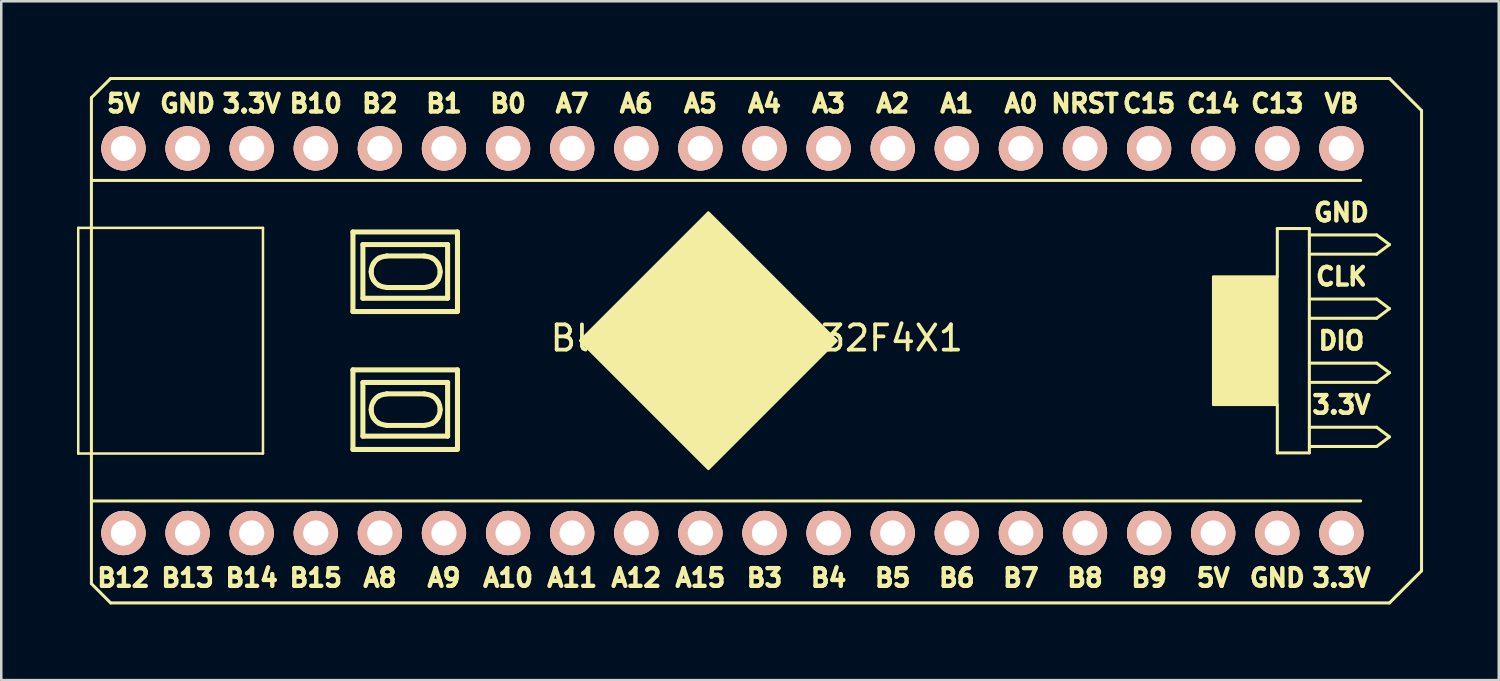
<source format=kicad_pcb>
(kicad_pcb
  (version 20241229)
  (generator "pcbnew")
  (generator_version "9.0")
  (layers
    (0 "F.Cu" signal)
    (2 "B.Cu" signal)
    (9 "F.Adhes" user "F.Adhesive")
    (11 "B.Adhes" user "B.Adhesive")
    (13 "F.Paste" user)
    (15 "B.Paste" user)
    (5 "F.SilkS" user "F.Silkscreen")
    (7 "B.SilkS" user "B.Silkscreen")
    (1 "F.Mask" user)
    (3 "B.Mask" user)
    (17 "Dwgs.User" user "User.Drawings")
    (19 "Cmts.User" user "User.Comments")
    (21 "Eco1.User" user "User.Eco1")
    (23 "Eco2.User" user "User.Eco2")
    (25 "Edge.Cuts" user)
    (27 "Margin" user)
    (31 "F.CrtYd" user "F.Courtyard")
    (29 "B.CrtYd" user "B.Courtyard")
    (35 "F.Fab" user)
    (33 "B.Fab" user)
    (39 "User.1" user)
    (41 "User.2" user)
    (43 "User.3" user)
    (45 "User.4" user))
  (footprint "BlackPill-STM32F4X1"
    (layer "F.Cu")
    (at 27.242 10.45)
    (property "Reference" "BlackPill-STM32F4X1" (at -0.305 -0.102 180) (layer "F.SilkS") (effects (font (size 1 1) (thickness 0.15))))
    (attr through_hole)
    (fp_line (start -27.192 4.47) (end -27.192 -4.47) (stroke (width 0.1) (type solid)) (layer "F.SilkS"))
    (fp_line (start -26.67 -9.628) (end -26.67 9.628) (stroke (width 0.12) (type solid)) (layer "F.SilkS"))
    (fp_line (start -26.67 9.628) (end -25.908 10.39) (stroke (width 0.12) (type solid)) (layer "F.SilkS"))
    (fp_line (start -25.908 -10.39) (end -26.67 -9.628) (stroke (width 0.12) (type solid)) (layer "F.SilkS"))
    (fp_line (start -25.908 -10.39) (end 24.765 -10.39) (stroke (width 0.12) (type solid)) (layer "F.SilkS"))
    (fp_line (start -25.908 10.39) (end 24.765 10.39) (stroke (width 0.12) (type solid)) (layer "F.SilkS"))
    (fp_line (start -19.872 -4.47) (end -27.192 -4.47) (stroke (width 0.1) (type solid)) (layer "F.SilkS"))
    (fp_line (start -19.872 -4.47) (end -19.872 4.47) (stroke (width 0.1) (type solid)) (layer "F.SilkS"))
    (fp_line (start -19.872 4.47) (end -27.192 4.47) (stroke (width 0.1) (type solid)) (layer "F.SilkS"))
    (fp_line (start -16.307 -4.309) (end -12.165 -4.309) (stroke (width 0.2) (type solid)) (layer "F.SilkS"))
    (fp_line (start -16.307 -1.155) (end -16.307 -4.309) (stroke (width 0.2) (type solid)) (layer "F.SilkS"))
    (fp_line (start -16.307 -1.155) (end -12.165 -1.155) (stroke (width 0.2) (type solid)) (layer "F.SilkS"))
    (fp_line (start -16.307 1.155) (end -12.165 1.155) (stroke (width 0.2) (type solid)) (layer "F.SilkS"))
    (fp_line (start -16.307 4.309) (end -16.307 1.155) (stroke (width 0.2) (type solid)) (layer "F.SilkS"))
    (fp_line (start -16.307 4.309) (end -12.165 4.309) (stroke (width 0.2) (type solid)) (layer "F.SilkS"))
    (fp_line (start -15.912 -3.809) (end -12.556 -3.809) (stroke (width 0.2) (type solid)) (layer "F.SilkS"))
    (fp_line (start -15.912 -1.681) (end -15.912 -3.809) (stroke (width 0.2) (type solid)) (layer "F.SilkS"))
    (fp_line (start -15.912 -1.681) (end -12.556 -1.681) (stroke (width 0.2) (type solid)) (layer "F.SilkS"))
    (fp_line (start -15.912 1.654) (end -12.556 1.654) (stroke (width 0.2) (type solid)) (layer "F.SilkS"))
    (fp_line (start -15.912 3.782) (end -15.912 1.654) (stroke (width 0.2) (type solid)) (layer "F.SilkS"))
    (fp_line (start -15.912 3.782) (end -12.556 3.782) (stroke (width 0.2) (type solid)) (layer "F.SilkS"))
    (fp_line (start -14.958 -3.358) (end -13.479 -3.358) (stroke (width 0.2) (type solid)) (layer "F.SilkS"))
    (fp_line (start -14.958 -2.106) (end -13.479 -2.106) (stroke (width 0.2) (type solid)) (layer "F.SilkS"))
    (fp_line (start -14.958 2.105) (end -13.479 2.105) (stroke (width 0.2) (type solid)) (layer "F.SilkS"))
    (fp_line (start -14.958 3.357) (end -13.479 3.357) (stroke (width 0.2) (type solid)) (layer "F.SilkS"))
    (fp_line (start -12.556 -1.681) (end -12.556 -3.809) (stroke (width 0.2) (type solid)) (layer "F.SilkS"))
    (fp_line (start -12.556 3.782) (end -12.556 1.654) (stroke (width 0.2) (type solid)) (layer "F.SilkS"))
    (fp_line (start -12.165 -1.18) (end -12.165 -4.309) (stroke (width 0.2) (type solid)) (layer "F.SilkS"))
    (fp_line (start -12.165 4.283) (end -12.165 1.155) (stroke (width 0.2) (type solid)) (layer "F.SilkS"))
    (fp_line (start 20.32 -4.445) (end 21.59 -4.445) (stroke (width 0.12) (type solid)) (layer "F.SilkS"))
    (fp_line (start 20.32 -2.54) (end 20.32 -4.445) (stroke (width 0.12) (type solid)) (layer "F.SilkS"))
    (fp_line (start 20.32 4.445) (end 20.32 2.54) (stroke (width 0.12) (type solid)) (layer "F.SilkS"))
    (fp_line (start 21.59 -4.445) (end 21.59 4.445) (stroke (width 0.12) (type solid)) (layer "F.SilkS"))
    (fp_line (start 21.59 -4.191) (end 24.257 -4.191) (stroke (width 0.12) (type solid)) (layer "F.SilkS"))
    (fp_line (start 21.59 -3.429) (end 24.257 -3.429) (stroke (width 0.12) (type solid)) (layer "F.SilkS"))
    (fp_line (start 21.59 -1.651) (end 24.257 -1.651) (stroke (width 0.12) (type solid)) (layer "F.SilkS"))
    (fp_line (start 21.59 -0.889) (end 24.257 -0.889) (stroke (width 0.12) (type solid)) (layer "F.SilkS"))
    (fp_line (start 21.59 0.889) (end 24.257 0.889) (stroke (width 0.12) (type solid)) (layer "F.SilkS"))
    (fp_line (start 21.59 1.651) (end 24.257 1.651) (stroke (width 0.12) (type solid)) (layer "F.SilkS"))
    (fp_line (start 21.59 3.429) (end 24.257 3.429) (stroke (width 0.12) (type solid)) (layer "F.SilkS"))
    (fp_line (start 21.59 4.191) (end 24.257 4.191) (stroke (width 0.12) (type solid)) (layer "F.SilkS"))
    (fp_line (start 21.59 4.445) (end 20.32 4.445) (stroke (width 0.12) (type solid)) (layer "F.SilkS"))
    (fp_line (start 23.622 -6.35) (end -26.67 -6.35) (stroke (width 0.12) (type solid)) (layer "F.SilkS"))
    (fp_line (start 23.622 6.35) (end -26.67 6.35) (stroke (width 0.12) (type solid)) (layer "F.SilkS"))
    (fp_line (start 24.257 -3.429) (end 24.765 -3.81) (stroke (width 0.12) (type solid)) (layer "F.SilkS"))
    (fp_line (start 24.257 -0.889) (end 24.765 -1.27) (stroke (width 0.12) (type solid)) (layer "F.SilkS"))
    (fp_line (start 24.257 1.651) (end 24.765 1.27) (stroke (width 0.12) (type solid)) (layer "F.SilkS"))
    (fp_line (start 24.257 4.191) (end 24.765 3.81) (stroke (width 0.12) (type solid)) (layer "F.SilkS"))
    (fp_line (start 24.765 -3.81) (end 24.257 -4.191) (stroke (width 0.12) (type solid)) (layer "F.SilkS"))
    (fp_line (start 24.765 -1.27) (end 24.257 -1.651) (stroke (width 0.12) (type solid)) (layer "F.SilkS"))
    (fp_line (start 24.765 1.27) (end 24.257 0.889) (stroke (width 0.12) (type solid)) (layer "F.SilkS"))
    (fp_line (start 24.765 3.81) (end 24.257 3.429) (stroke (width 0.12) (type solid)) (layer "F.SilkS"))
    (fp_line (start 24.765 10.39) (end 26.035 9.12) (stroke (width 0.12) (type solid)) (layer "F.SilkS"))
    (fp_line (start 26.035 -9.12) (end 24.765 -10.39) (stroke (width 0.12) (type solid)) (layer "F.SilkS"))
    (fp_line (start 26.035 -9.12) (end 26.035 9.12) (stroke (width 0.12) (type solid)) (layer "F.SilkS"))
    (fp_poly (pts (xy 2.857 0) (xy -2.223 5.08) (xy -7.303 0) (xy -2.223 -5.08)) (stroke (width 0.1) (type solid)) (fill yes) (layer "F.SilkS"))
    (fp_poly (pts (xy 20.32 2.54) (xy 17.78 2.54) (xy 17.78 -2.54) (xy 20.32 -2.54)) (stroke (width 0.1) (type solid)) (fill yes) (layer "F.SilkS"))
    (fp_curve (pts (xy -15.584 -2.733) (xy -15.584 -2.842) (xy -15.554 -2.952) (xy -15.499 -3.049)) (stroke (width 0.2) (type solid)) (layer "F.SilkS"))
    (fp_curve (pts (xy -15.584 2.731) (xy -15.584 2.621) (xy -15.554 2.511) (xy -15.499 2.415)) (stroke (width 0.2) (type solid)) (layer "F.SilkS"))
    (fp_curve (pts (xy -15.499 2.415) (xy -15.445 2.321) (xy -15.367 2.24) (xy -15.274 2.19)) (stroke (width 0.2) (type solid)) (layer "F.SilkS"))
    (fp_curve (pts (xy -15.499 3.047) (xy -15.554 2.95) (xy -15.584 2.84) (xy -15.584 2.731)) (stroke (width 0.2) (type solid)) (layer "F.SilkS"))
    (fp_curve (pts (xy -15.499 -3.049) (xy -15.445 -3.142) (xy -15.367 -3.224) (xy -15.274 -3.273)) (stroke (width 0.2) (type solid)) (layer "F.SilkS"))
    (fp_curve (pts (xy -15.499 -2.417) (xy -15.554 -2.513) (xy -15.584 -2.623) (xy -15.584 -2.733)) (stroke (width 0.2) (type solid)) (layer "F.SilkS"))
    (fp_curve (pts (xy -15.274 3.271) (xy -15.367 3.222) (xy -15.445 3.14) (xy -15.499 3.047)) (stroke (width 0.2) (type solid)) (layer "F.SilkS"))
    (fp_curve (pts (xy -15.274 -3.273) (xy -15.179 -3.324) (xy -15.068 -3.341) (xy -14.958 -3.359)) (stroke (width 0.2) (type solid)) (layer "F.SilkS"))
    (fp_curve (pts (xy -15.274 -2.192) (xy -15.367 -2.242) (xy -15.445 -2.323) (xy -15.499 -2.417)) (stroke (width 0.2) (type solid)) (layer "F.SilkS"))
    (fp_curve (pts (xy -15.274 2.19) (xy -15.179 2.139) (xy -15.068 2.122) (xy -14.958 2.105)) (stroke (width 0.2) (type solid)) (layer "F.SilkS"))
    (fp_curve (pts (xy -14.958 -2.107) (xy -15.068 -2.124) (xy -15.179 -2.141) (xy -15.274 -2.192)) (stroke (width 0.2) (type solid)) (layer "F.SilkS"))
    (fp_curve (pts (xy -14.958 3.357) (xy -15.068 3.339) (xy -15.179 3.322) (xy -15.274 3.271)) (stroke (width 0.2) (type solid)) (layer "F.SilkS"))
    (fp_curve (pts (xy -13.479 -3.358) (xy -13.368 -3.341) (xy -13.258 -3.324) (xy -13.163 -3.273)) (stroke (width 0.2) (type solid)) (layer "F.SilkS"))
    (fp_curve (pts (xy -13.479 2.105) (xy -13.368 2.122) (xy -13.258 2.139) (xy -13.163 2.19)) (stroke (width 0.2) (type solid)) (layer "F.SilkS"))
    (fp_curve (pts (xy -13.163 -2.192) (xy -13.258 -2.141) (xy -13.368 -2.124) (xy -13.479 -2.106)) (stroke (width 0.2) (type solid)) (layer "F.SilkS"))
    (fp_curve (pts (xy -13.163 2.19) (xy -13.07 2.24) (xy -12.992 2.321) (xy -12.938 2.415)) (stroke (width 0.2) (type solid)) (layer "F.SilkS"))
    (fp_curve (pts (xy -13.163 3.271) (xy -13.258 3.322) (xy -13.368 3.34) (xy -13.479 3.357)) (stroke (width 0.2) (type solid)) (layer "F.SilkS"))
    (fp_curve (pts (xy -13.163 -3.273) (xy -13.07 -3.223) (xy -12.992 -3.142) (xy -12.938 -3.048)) (stroke (width 0.2) (type solid)) (layer "F.SilkS"))
    (fp_curve (pts (xy -12.938 -3.048) (xy -12.883 -2.952) (xy -12.853 -2.842) (xy -12.853 -2.732)) (stroke (width 0.2) (type solid)) (layer "F.SilkS"))
    (fp_curve (pts (xy -12.938 -2.416) (xy -12.992 -2.323) (xy -13.07 -2.241) (xy -13.163 -2.192)) (stroke (width 0.2) (type solid)) (layer "F.SilkS"))
    (fp_curve (pts (xy -12.938 2.415) (xy -12.883 2.511) (xy -12.853 2.621) (xy -12.853 2.731)) (stroke (width 0.2) (type solid)) (layer "F.SilkS"))
    (fp_curve (pts (xy -12.938 3.047) (xy -12.992 3.14) (xy -13.07 3.222) (xy -13.163 3.271)) (stroke (width 0.2) (type solid)) (layer "F.SilkS"))
    (fp_curve (pts (xy -12.853 -2.732) (xy -12.853 -2.623) (xy -12.883 -2.513) (xy -12.938 -2.416)) (stroke (width 0.2) (type solid)) (layer "F.SilkS"))
    (fp_curve (pts (xy -12.853 2.731) (xy -12.853 2.841) (xy -12.883 2.95) (xy -12.938 3.047)) (stroke (width 0.2) (type solid)) (layer "F.SilkS"))
    (fp_text user "B8" (at 12.7 9.398 0) (layer "F.SilkS") (effects (font (size 0.7 0.7) (thickness 0.175))))
    (fp_text user "A15" (at -2.54 9.398 0) (layer "F.SilkS") (effects (font (size 0.7 0.7) (thickness 0.175))))
    (fp_text user "A11" (at -7.62 9.398 0) (layer "F.SilkS") (effects (font (size 0.7 0.7) (thickness 0.175))))
    (fp_text user "3.3V" (at -20.32 -9.398 0) (layer "F.SilkS") (effects (font (size 0.7 0.7) (thickness 0.175))))
    (fp_text user "3.3V" (at 22.86 9.398 0) (layer "F.SilkS") (effects (font (size 0.7 0.7) (thickness 0.175))))
    (fp_text user "DIO" (at 22.86 0 0) (layer "F.SilkS") (effects (font (size 0.7 0.7) (thickness 0.175))))
    (fp_text user "A12" (at -5.08 9.398 0) (layer "F.SilkS") (effects (font (size 0.7 0.7) (thickness 0.175))))
    (fp_text user "C15" (at 15.24 -9.398 0) (layer "F.SilkS") (effects (font (size 0.7 0.7) (thickness 0.175))))
    (fp_text user "A2" (at 5.08 -9.398 0) (layer "F.SilkS") (effects (font (size 0.7 0.7) (thickness 0.175))))
    (fp_text user "B10" (at -17.78 -9.398 0) (layer "F.SilkS") (effects (font (size 0.7 0.7) (thickness 0.175))))
    (fp_text user "C14" (at 17.78 -9.398 0) (layer "F.SilkS") (effects (font (size 0.7 0.7) (thickness 0.175))))
    (fp_text user "5V" (at 17.78 9.398 0) (layer "F.SilkS") (effects (font (size 0.7 0.7) (thickness 0.175))))
    (fp_text user "B13" (at -22.86 9.398 0) (layer "F.SilkS") (effects (font (size 0.7 0.7) (thickness 0.175))))
    (fp_text user "VB" (at 22.86 -9.398 0) (layer "F.SilkS") (effects (font (size 0.7 0.7) (thickness 0.175))))
    (fp_text user "B7" (at 10.16 9.398 0) (layer "F.SilkS") (effects (font (size 0.7 0.7) (thickness 0.175))))
    (fp_text user "B6" (at 7.62 9.398 0) (layer "F.SilkS") (effects (font (size 0.7 0.7) (thickness 0.175))))
    (fp_text user "A5" (at -2.54 -9.398 0) (layer "F.SilkS") (effects (font (size 0.7 0.7) (thickness 0.175))))
    (fp_text user "NRST" (at 12.7 -9.398 0) (layer "F.SilkS") (effects (font (size 0.7 0.7) (thickness 0.175))))
    (fp_text user "B14" (at -20.32 9.398 0) (layer "F.SilkS") (effects (font (size 0.7 0.7) (thickness 0.175))))
    (fp_text user "A0" (at 10.16 -9.398 0) (layer "F.SilkS") (effects (font (size 0.7 0.7) (thickness 0.175))))
    (fp_text user "A4" (at 0 -9.398 0) (layer "F.SilkS") (effects (font (size 0.7 0.7) (thickness 0.175))))
    (fp_text user "B0" (at -10.16 -9.398 0) (layer "F.SilkS") (effects (font (size 0.7 0.7) (thickness 0.175))))
    (fp_text user "A1" (at 7.62 -9.398 0) (layer "F.SilkS") (effects (font (size 0.7 0.7) (thickness 0.175))))
    (fp_text user "B3" (at 0 9.398 0) (layer "F.SilkS") (effects (font (size 0.7 0.7) (thickness 0.175))))
    (fp_text user "A9" (at -12.7 9.398 0) (layer "F.SilkS") (effects (font (size 0.7 0.7) (thickness 0.175))))
    (fp_text user "CLK" (at 22.86 -2.54 0) (layer "F.SilkS") (effects (font (size 0.7 0.7) (thickness 0.175))))
    (fp_text user "B5" (at 5.08 9.398 0) (layer "F.SilkS") (effects (font (size 0.7 0.7) (thickness 0.175))))
    (fp_text user "5V" (at -25.4 -9.398 0) (layer "F.SilkS") (effects (font (size 0.7 0.7) (thickness 0.175))))
    (fp_text user "B9" (at 15.24 9.398 0) (layer "F.SilkS") (effects (font (size 0.7 0.7) (thickness 0.175))))
    (fp_text user "C13" (at 20.32 -9.398 0) (layer "F.SilkS") (effects (font (size 0.7 0.7) (thickness 0.175))))
    (fp_text user "B1" (at -12.7 -9.398 0) (layer "F.SilkS") (effects (font (size 0.7 0.7) (thickness 0.175))))
    (fp_text user "3.3V" (at 22.86 2.54 0) (layer "F.SilkS") (effects (font (size 0.7 0.7) (thickness 0.175))))
    (fp_text user "A8" (at -15.24 9.398 0) (layer "F.SilkS") (effects (font (size 0.7 0.7) (thickness 0.175))))
    (fp_text user "B15" (at -17.78 9.398 0) (layer "F.SilkS") (effects (font (size 0.7 0.7) (thickness 0.175))))
    (fp_text user "GND" (at -22.86 -9.398 0) (layer "F.SilkS") (effects (font (size 0.7 0.7) (thickness 0.175))))
    (fp_text user "A3" (at 2.54 -9.398 0) (layer "F.SilkS") (effects (font (size 0.7 0.7) (thickness 0.175))))
    (fp_text user "A7" (at -7.62 -9.398 0) (layer "F.SilkS") (effects (font (size 0.7 0.7) (thickness 0.175))))
    (fp_text user "A6" (at -5.08 -9.398 0) (layer "F.SilkS") (effects (font (size 0.7 0.7) (thickness 0.175))))
    (fp_text user "GND" (at 20.32 9.398 0) (layer "F.SilkS") (effects (font (size 0.7 0.7) (thickness 0.175))))
    (fp_text user "B4" (at 2.54 9.398 0) (layer "F.SilkS") (effects (font (size 0.7 0.7) (thickness 0.175))))
    (fp_text user "B12" (at -25.4 9.398 0) (layer "F.SilkS") (effects (font (size 0.7 0.7) (thickness 0.175))))
    (fp_text user "A10" (at -10.16 9.398 0) (layer "F.SilkS") (effects (font (size 0.7 0.7) (thickness 0.175))))
    (fp_text user "B2" (at -15.24 -9.398 0) (layer "F.SilkS") (effects (font (size 0.7 0.7) (thickness 0.175))))
    (fp_text user "GND" (at 22.86 -5.08 0) (layer "F.SilkS") (effects (font (size 0.7 0.7) (thickness 0.175))))
    (pad "3.3" thru_hole circle (at -20.32 -7.62) (size 1.753 1.753) (drill 1) (layers "*.Cu" "*.SilkS" "*.Mask"))
    (pad "3.3" thru_hole circle (at 22.86 7.62) (size 1.753 1.753) (drill 1) (layers "*.Cu" "*.SilkS" "*.Mask"))
    (pad "5V" thru_hole circle (at -25.4 -7.62 180) (size 1.753 1.753) (drill 1) (layers "*.Cu" "*.SilkS" "*.Mask"))
    (pad "5V" thru_hole circle (at 17.78 7.62) (size 1.753 1.753) (drill 1) (layers "*.Cu" "*.SilkS" "*.Mask"))
    (pad "A0" thru_hole circle (at 10.16 -7.62) (size 1.753 1.753) (drill 1) (layers "*.Cu" "*.SilkS" "*.Mask"))
    (pad "A1" thru_hole circle (at 7.62 -7.62) (size 1.753 1.753) (drill 1) (layers "*.Cu" "*.SilkS" "*.Mask"))
    (pad "A2" thru_hole circle (at 5.08 -7.62) (size 1.753 1.753) (drill 1) (layers "*.Cu" "*.SilkS" "*.Mask"))
    (pad "A3" thru_hole circle (at 2.54 -7.62) (size 1.753 1.753) (drill 1) (layers "*.Cu" "*.SilkS" "*.Mask"))
    (pad "A4" thru_hole circle (at 0 -7.62) (size 1.753 1.753) (drill 1) (layers "*.Cu" "*.SilkS" "*.Mask"))
    (pad "A5" thru_hole circle (at -2.54 -7.62) (size 1.753 1.753) (drill 1) (layers "*.Cu" "*.SilkS" "*.Mask"))
    (pad "A6" thru_hole circle (at -5.08 -7.62) (size 1.753 1.753) (drill 1) (layers "*.Cu" "*.SilkS" "*.Mask"))
    (pad "A7" thru_hole circle (at -7.62 -7.62) (size 1.753 1.753) (drill 1) (layers "*.Cu" "*.SilkS" "*.Mask"))
    (pad "A8" thru_hole circle (at -15.24 7.62) (size 1.753 1.753) (drill 1) (layers "*.Cu" "*.SilkS" "*.Mask"))
    (pad "A9" thru_hole circle (at -12.7 7.62) (size 1.753 1.753) (drill 1) (layers "*.Cu" "*.SilkS" "*.Mask"))
    (pad "A10" thru_hole circle (at -10.16 7.62 180) (size 1.753 1.753) (drill 1) (layers "*.Cu" "*.SilkS" "*.Mask"))
    (pad "A11" thru_hole circle (at -7.62 7.62 180) (size 1.753 1.753) (drill 1) (layers "*.Cu" "*.SilkS" "*.Mask"))
    (pad "A12" thru_hole circle (at -5.08 7.62) (size 1.753 1.753) (drill 1) (layers "*.Cu" "*.SilkS" "*.Mask"))
    (pad "A15" thru_hole circle (at -2.54 7.62) (size 1.753 1.753) (drill 1) (layers "*.Cu" "*.SilkS" "*.Mask"))
    (pad "B0" thru_hole circle (at -10.16 -7.62 180) (size 1.753 1.753) (drill 1) (layers "*.Cu" "*.SilkS" "*.Mask"))
    (pad "B1" thru_hole circle (at -12.7 -7.62) (size 1.753 1.753) (drill 1) (layers "*.Cu" "*.SilkS" "*.Mask"))
    (pad "B2" thru_hole circle (at -15.24 -7.62) (size 1.753 1.753) (drill 1) (layers "*.Cu" "*.SilkS" "*.Mask"))
    (pad "B3" thru_hole circle (at 0 7.62) (size 1.753 1.753) (drill 1) (layers "*.Cu" "*.SilkS" "*.Mask"))
    (pad "B4" thru_hole circle (at 2.54 7.62) (size 1.753 1.753) (drill 1) (layers "*.Cu" "*.SilkS" "*.Mask"))
    (pad "B5" thru_hole circle (at 5.08 7.62) (size 1.753 1.753) (drill 1) (layers "*.Cu" "*.SilkS" "*.Mask"))
    (pad "B6" thru_hole circle (at 7.62 7.62) (size 1.753 1.753) (drill 1) (layers "*.Cu" "*.SilkS" "*.Mask"))
    (pad "B7" thru_hole circle (at 10.16 7.62) (size 1.753 1.753) (drill 1) (layers "*.Cu" "*.SilkS" "*.Mask"))
    (pad "B8" thru_hole circle (at 12.7 7.62) (size 1.753 1.753) (drill 1) (layers "*.Cu" "*.SilkS" "*.Mask"))
    (pad "B9" thru_hole circle (at 15.24 7.62) (size 1.753 1.753) (drill 1) (layers "*.Cu" "*.SilkS" "*.Mask"))
    (pad "B10" thru_hole circle (at -17.78 -7.62) (size 1.753 1.753) (drill 1) (layers "*.Cu" "*.SilkS" "*.Mask"))
    (pad "B12" thru_hole circle (at -25.4 7.62 270) (size 1.753 1.753) (drill 1) (layers "*.Cu" "*.SilkS" "*.Mask"))
    (pad "B13" thru_hole circle (at -22.86 7.62 180) (size 1.753 1.753) (drill 1) (layers "*.Cu" "*.SilkS" "*.Mask"))
    (pad "B14" thru_hole circle (at -20.32 7.62) (size 1.753 1.753) (drill 1) (layers "*.Cu" "*.SilkS" "*.Mask"))
    (pad "B15" thru_hole circle (at -17.78 7.62 90) (size 1.753 1.753) (drill 1) (layers "*.Cu" "*.SilkS" "*.Mask"))
    (pad "C13" thru_hole circle (at 20.32 -7.62) (size 1.753 1.753) (drill 1) (layers "*.Cu" "*.SilkS" "*.Mask"))
    (pad "C14" thru_hole circle (at 17.78 -7.62) (size 1.753 1.753) (drill 1) (layers "*.Cu" "*.SilkS" "*.Mask"))
    (pad "C15" thru_hole circle (at 15.24 -7.62) (size 1.753 1.753) (drill 1) (layers "*.Cu" "*.SilkS" "*.Mask"))
    (pad "G" thru_hole circle (at -22.86 -7.62) (size 1.753 1.753) (drill 1) (layers "*.Cu" "*.SilkS" "*.Mask"))
    (pad "G" thru_hole circle (at 20.32 7.62) (size 1.753 1.753) (drill 1) (layers "*.Cu" "*.SilkS" "*.Mask"))
    (pad "RST" thru_hole circle (at 12.7 -7.62) (size 1.753 1.753) (drill 1) (layers "*.Cu" "*.SilkS" "*.Mask"))
    (pad "VB" thru_hole circle (at 22.86 -7.62) (size 1.753 1.753) (drill 1) (layers "*.Cu" "*.SilkS" "*.Mask")))
  (gr_rect
    (start -3 -3)
    (end 56.337 23.9)
    (stroke (width 0.1) (type default))
    (fill no)
    (layer "Edge.Cuts")))
</source>
